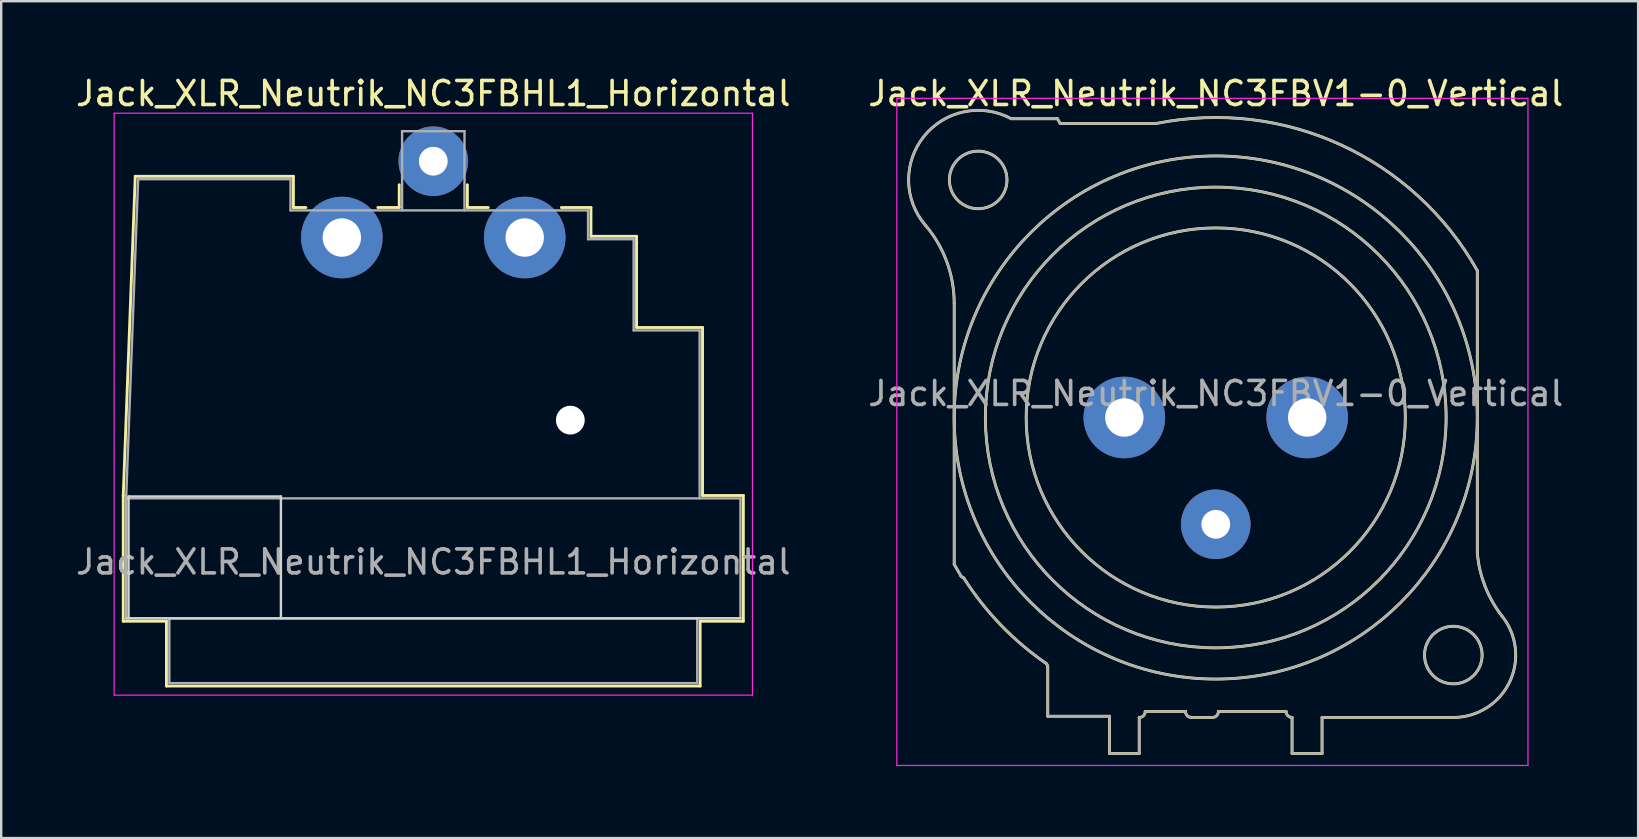
<source format=kicad_pcb>
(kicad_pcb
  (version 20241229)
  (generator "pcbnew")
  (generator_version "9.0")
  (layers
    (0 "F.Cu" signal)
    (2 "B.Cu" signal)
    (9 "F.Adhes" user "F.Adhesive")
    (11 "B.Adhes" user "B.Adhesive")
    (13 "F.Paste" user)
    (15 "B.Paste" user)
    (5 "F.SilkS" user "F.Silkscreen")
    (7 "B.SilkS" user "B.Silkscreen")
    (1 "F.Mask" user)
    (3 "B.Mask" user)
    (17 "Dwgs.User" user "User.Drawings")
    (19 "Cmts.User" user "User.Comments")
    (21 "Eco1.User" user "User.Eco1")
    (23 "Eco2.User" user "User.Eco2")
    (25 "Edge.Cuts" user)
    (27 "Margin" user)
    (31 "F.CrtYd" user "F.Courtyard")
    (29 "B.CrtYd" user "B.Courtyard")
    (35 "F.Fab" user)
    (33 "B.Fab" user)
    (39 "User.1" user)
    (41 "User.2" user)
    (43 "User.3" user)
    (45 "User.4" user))
  (footprint "Jack_XLR_Neutrik_NC3FBHL1_Horizontal"
    (layer "F.Cu")
    (at 11.196 6.848)
    (property "Reference" "Jack_XLR_Neutrik_NC3FBHL1_Horizontal" (at 3.81 -6 0) (layer "F.SilkS") (effects (font (size 1 1) (thickness 0.15))))
    (attr through_hole)
    (fp_line (start -9.11 10.75) (end -8.61 -2.55) (stroke (width 0.12) (type solid)) (layer "F.SilkS"))
    (fp_line (start -9.11 15.99) (end -9.11 10.75) (stroke (width 0.12) (type solid)) (layer "F.SilkS"))
    (fp_line (start -8.61 -2.55) (end -2.02 -2.55) (stroke (width 0.12) (type solid)) (layer "F.SilkS"))
    (fp_line (start -7.31 15.99) (end -9.11 15.99) (stroke (width 0.12) (type solid)) (layer "F.SilkS"))
    (fp_line (start -7.31 15.99) (end -7.31 18.69) (stroke (width 0.12) (type solid)) (layer "F.SilkS"))
    (fp_line (start -2.02 -2.55) (end -2.02 -1.25) (stroke (width 0.12) (type solid)) (layer "F.SilkS"))
    (fp_line (start -2.02 -1.25) (end -1.5 -1.25) (stroke (width 0.12) (type solid)) (layer "F.SilkS"))
    (fp_line (start 1.5 -1.25) (end 2.39 -1.25) (stroke (width 0.12) (type solid)) (layer "F.SilkS"))
    (fp_line (start 2.39 -1.25) (end 2.39 -2.2) (stroke (width 0.12) (type solid)) (layer "F.SilkS"))
    (fp_line (start 5.23 -1.25) (end 5.23 -2.2) (stroke (width 0.12) (type solid)) (layer "F.SilkS"))
    (fp_line (start 5.23 -1.25) (end 6.1 -1.25) (stroke (width 0.12) (type solid)) (layer "F.SilkS"))
    (fp_line (start 9.15 -1.25) (end 10.38 -1.25) (stroke (width 0.12) (type solid)) (layer "F.SilkS"))
    (fp_line (start 10.38 -0.05) (end 10.38 -1.25) (stroke (width 0.12) (type solid)) (layer "F.SilkS"))
    (fp_line (start 10.38 -0.05) (end 12.28 -0.05) (stroke (width 0.12) (type solid)) (layer "F.SilkS"))
    (fp_line (start 12.28 3.75) (end 12.28 -0.05) (stroke (width 0.12) (type solid)) (layer "F.SilkS"))
    (fp_line (start 12.28 3.75) (end 15.03 3.75) (stroke (width 0.12) (type solid)) (layer "F.SilkS"))
    (fp_line (start 14.93 15.99) (end 14.93 18.69) (stroke (width 0.12) (type solid)) (layer "F.SilkS"))
    (fp_line (start 14.93 18.69) (end -7.31 18.69) (stroke (width 0.12) (type solid)) (layer "F.SilkS"))
    (fp_line (start 15.03 10.75) (end 15.03 3.75) (stroke (width 0.12) (type solid)) (layer "F.SilkS"))
    (fp_line (start 15.03 10.75) (end 16.73 10.75) (stroke (width 0.12) (type solid)) (layer "F.SilkS"))
    (fp_line (start 16.73 15.99) (end 14.93 15.99) (stroke (width 0.12) (type solid)) (layer "F.SilkS"))
    (fp_line (start 16.73 15.99) (end 16.73 10.75) (stroke (width 0.12) (type solid)) (layer "F.SilkS"))
    (fp_line (start -8.89 10.79) (end -8.89 15.87) (stroke (width 0.1) (type solid)) (layer "Edge.Cuts"))
    (fp_line (start -2.54 10.79) (end -8.89 10.79) (stroke (width 0.1) (type solid)) (layer "Edge.Cuts"))
    (fp_line (start -2.54 15.87) (end -2.54 10.79) (stroke (width 0.1) (type solid)) (layer "Edge.Cuts"))
    (fp_line (start 16.61 15.87) (end -8.99 15.87) (stroke (width 0.1) (type solid)) (layer "Edge.Cuts"))
    (fp_line (start -9.49 19.07) (end -9.49 -5.18) (stroke (width 0.05) (type solid)) (layer "F.CrtYd"))
    (fp_line (start 17.11 -5.18) (end -9.49 -5.18) (stroke (width 0.05) (type solid)) (layer "F.CrtYd"))
    (fp_line (start 17.11 19.07) (end -9.49 19.07) (stroke (width 0.05) (type solid)) (layer "F.CrtYd"))
    (fp_line (start 17.11 19.07) (end 17.11 -5.18) (stroke (width 0.05) (type solid)) (layer "F.CrtYd"))
    (fp_line (start -8.99 10.87) (end 16.61 10.87) (stroke (width 0.1) (type solid)) (layer "F.Fab"))
    (fp_line (start -8.99 15.87) (end -8.99 10.87) (stroke (width 0.1) (type solid)) (layer "F.Fab"))
    (fp_line (start -8.49 -2.43) (end -8.99 10.87) (stroke (width 0.1) (type solid)) (layer "F.Fab"))
    (fp_line (start -8.49 -2.43) (end -2.14 -2.43) (stroke (width 0.1) (type solid)) (layer "F.Fab"))
    (fp_line (start -7.19 18.57) (end -7.19 15.87) (stroke (width 0.1) (type solid)) (layer "F.Fab"))
    (fp_line (start -2.14 -1.13) (end -2.14 -2.43) (stroke (width 0.1) (type solid)) (layer "F.Fab"))
    (fp_line (start -2.14 -1.13) (end 10.26 -1.13) (stroke (width 0.1) (type solid)) (layer "F.Fab"))
    (fp_line (start 2.51 -4.43) (end 2.51 -1.13) (stroke (width 0.1) (type solid)) (layer "F.Fab"))
    (fp_line (start 2.51 -4.43) (end 5.11 -4.43) (stroke (width 0.1) (type solid)) (layer "F.Fab"))
    (fp_line (start 5.11 -4.43) (end 5.11 -1.13) (stroke (width 0.1) (type solid)) (layer "F.Fab"))
    (fp_line (start 10.26 -1.13) (end 10.26 0.07) (stroke (width 0.1) (type solid)) (layer "F.Fab"))
    (fp_line (start 10.26 0.07) (end 12.16 0.07) (stroke (width 0.1) (type solid)) (layer "F.Fab"))
    (fp_line (start 12.16 0.07) (end 12.16 3.87) (stroke (width 0.1) (type solid)) (layer "F.Fab"))
    (fp_line (start 12.16 3.87) (end 14.91 3.87) (stroke (width 0.1) (type solid)) (layer "F.Fab"))
    (fp_line (start 14.81 15.87) (end 14.81 18.57) (stroke (width 0.1) (type solid)) (layer "F.Fab"))
    (fp_line (start 14.81 18.57) (end -7.19 18.57) (stroke (width 0.1) (type solid)) (layer "F.Fab"))
    (fp_line (start 14.91 3.87) (end 14.91 10.87) (stroke (width 0.1) (type solid)) (layer "F.Fab"))
    (fp_line (start 16.61 10.87) (end 16.61 15.87) (stroke (width 0.1) (type solid)) (layer "F.Fab"))
    (fp_line (start 16.61 15.87) (end -8.99 15.87) (stroke (width 0.1) (type solid)) (layer "F.Fab"))
    (fp_text user "${REFERENCE}" (at 3.81 13.52 0) (layer "F.Fab") (effects (font (size 1 1) (thickness 0.15))))
    (pad "" np_thru_hole circle (at 9.52 7.61) (size 1.2 1.2) (drill 1.2) (layers "*.Cu" "*.Mask"))
    (pad "1" thru_hole circle (at 0 0) (size 3.4 3.4) (drill 1.6) (layers "*.Cu" "*.Mask"))
    (pad "2" thru_hole circle (at 3.81 -3.18) (size 2.9 2.9) (drill 1.2) (layers "*.Cu" "*.Mask"))
    (pad "3" thru_hole circle (at 7.62 0) (size 3.4 3.4) (drill 1.6) (layers "*.Cu" "*.Mask")))
  (footprint "Jack_XLR_Neutrik_NC3FBV1-0_Vertical"
    (layer "F.Cu")
    (at 51.423 14.348)
    (property "Reference" "Jack_XLR_Neutrik_NC3FBV1-0_Vertical" (at -3.81 -13.5 0) (layer "F.SilkS") (effects (font (size 1 1) (thickness 0.15))))
    (attr through_hole)
    (fp_line (start -14.71 -4.76) (end -14.71 6.12) (stroke (width 0.12) (type solid)) (layer "F.SilkS"))
    (fp_line (start -14.71 6.12) (end -14.43 6.6) (stroke (width 0.12) (type solid)) (layer "F.SilkS"))
    (fp_line (start -10.81 10.39) (end -10.81 12.45) (stroke (width 0.12) (type solid)) (layer "F.SilkS"))
    (fp_line (start -10.81 12.45) (end -8.24 12.45) (stroke (width 0.12) (type solid)) (layer "F.SilkS"))
    (fp_line (start -10.41 -12.45) (end -12.33 -12.45) (stroke (width 0.12) (type solid)) (layer "F.SilkS"))
    (fp_line (start -10.29 -12.25) (end -10.41 -12.45) (stroke (width 0.12) (type solid)) (layer "F.SilkS"))
    (fp_line (start -8.24 12.45) (end -8.24 14) (stroke (width 0.12) (type solid)) (layer "F.SilkS"))
    (fp_line (start -7 14) (end -8.24 14) (stroke (width 0.12) (type solid)) (layer "F.SilkS"))
    (fp_line (start -7 14) (end -7 12.5) (stroke (width 0.12) (type solid)) (layer "F.SilkS"))
    (fp_line (start -6.75 12.25) (end -5.07 12.25) (stroke (width 0.12) (type solid)) (layer "F.SilkS"))
    (fp_line (start -6.3 -12.25) (end -10.29 -12.25) (stroke (width 0.12) (type solid)) (layer "F.SilkS"))
    (fp_line (start -4.82 12.5) (end -3.95 12.5) (stroke (width 0.12) (type solid)) (layer "F.SilkS"))
    (fp_line (start -3.7 12.25) (end -0.88 12.25) (stroke (width 0.12) (type solid)) (layer "F.SilkS"))
    (fp_line (start -0.63 12.5) (end -0.63 14) (stroke (width 0.12) (type solid)) (layer "F.SilkS"))
    (fp_line (start 0.62 12.5) (end 6.09 12.5) (stroke (width 0.12) (type solid)) (layer "F.SilkS"))
    (fp_line (start 0.62 14) (end -0.63 14) (stroke (width 0.12) (type solid)) (layer "F.SilkS"))
    (fp_line (start 0.62 14) (end 0.62 12.5) (stroke (width 0.12) (type solid)) (layer "F.SilkS"))
    (fp_line (start 7.09 5.67) (end 7.09 -6.12) (stroke (width 0.12) (type solid)) (layer "F.SilkS"))
    (fp_arc (start -15.916051 -8.020379) (mid -15.021177 -6.498148) (end -14.71 -4.76) (stroke (width 0.12) (type solid)) (layer "F.SilkS"))
    (fp_arc (start -15.908884 -8.010077) (mid -15.967404 -11.719623) (end -12.33 -12.45) (stroke (width 0.12) (type solid)) (layer "F.SilkS"))
    (fp_arc (start -14.313753 6.685219) (mid -14.379716 6.653303) (end -14.43 6.6) (stroke (width 0.12) (type solid)) (layer "F.SilkS"))
    (fp_arc (start -10.879208 10.248532) (mid -12.772983 8.641241) (end -14.31 6.69) (stroke (width 0.12) (type solid)) (layer "F.SilkS"))
    (fp_arc (start -10.874359 10.252686) (mid -10.828679 10.315015) (end -10.81 10.39) (stroke (width 0.12) (type solid)) (layer "F.SilkS"))
    (fp_arc (start -6.75 12.25) (mid -6.823223 12.426777) (end -7 12.5) (stroke (width 0.12) (type solid)) (layer "F.SilkS"))
    (fp_arc (start -6.283571 -12.253402) (mid 1.401126 -11.362596) (end 7.09 -6.12) (stroke (width 0.12) (type solid)) (layer "F.SilkS"))
    (fp_arc (start -4.82 12.5) (mid -4.996777 12.426777) (end -5.07 12.25) (stroke (width 0.12) (type solid)) (layer "F.SilkS"))
    (fp_arc (start -3.7 12.25) (mid -3.773223 12.426777) (end -3.95 12.5) (stroke (width 0.12) (type solid)) (layer "F.SilkS"))
    (fp_arc (start -0.63 12.5) (mid -0.806777 12.426777) (end -0.88 12.25) (stroke (width 0.12) (type solid)) (layer "F.SilkS"))
    (fp_arc (start 8.110579 8.263767) (mid 8.436721 11.019329) (end 6.09 12.5) (stroke (width 0.12) (type solid)) (layer "F.SilkS"))
    (fp_arc (start 8.111727 8.266808) (mid 7.416073 7.041111) (end 7.09 5.67) (stroke (width 0.12) (type solid)) (layer "F.SilkS"))
    (fp_circle (center -13.71 -9.9) (end -12.51 -9.9) (stroke (width 0.12) (type solid)) (fill no) (layer "F.SilkS"))
    (fp_circle (center -3.81 0) (end 4.09 0) (stroke (width 0.12) (type solid)) (fill no) (layer "F.SilkS"))
    (fp_circle (center -3.81 0) (end 5.79 0) (stroke (width 0.12) (type solid)) (fill no) (layer "F.SilkS"))
    (fp_circle (center -3.81 0) (end 7.09 0) (stroke (width 0.12) (type solid)) (fill no) (layer "F.SilkS"))
    (fp_circle (center 6.09 9.9) (end 7.29 9.9) (stroke (width 0.12) (type solid)) (fill no) (layer "F.SilkS"))
    (fp_line (start -17.1 -13.3) (end 9.2 -13.3) (stroke (width 0.05) (type solid)) (layer "F.CrtYd"))
    (fp_line (start -17.1 14.5) (end -17.1 -13.3) (stroke (width 0.05) (type solid)) (layer "F.CrtYd"))
    (fp_line (start 9.2 -13.3) (end 9.2 14.5) (stroke (width 0.05) (type solid)) (layer "F.CrtYd"))
    (fp_line (start 9.2 14.5) (end -17.1 14.5) (stroke (width 0.05) (type solid)) (layer "F.CrtYd"))
    (fp_line (start -14.71 -4.76) (end -14.71 6.12) (stroke (width 0.1) (type solid)) (layer "F.Fab"))
    (fp_line (start -14.71 6.12) (end -14.43 6.6) (stroke (width 0.1) (type solid)) (layer "F.Fab"))
    (fp_line (start -10.81 10.39) (end -10.81 12.45) (stroke (width 0.1) (type solid)) (layer "F.Fab"))
    (fp_line (start -10.81 12.45) (end -8.24 12.45) (stroke (width 0.1) (type solid)) (layer "F.Fab"))
    (fp_line (start -10.41 -12.45) (end -12.33 -12.45) (stroke (width 0.1) (type solid)) (layer "F.Fab"))
    (fp_line (start -10.29 -12.25) (end -10.41 -12.45) (stroke (width 0.1) (type solid)) (layer "F.Fab"))
    (fp_line (start -8.24 12.45) (end -8.24 14) (stroke (width 0.1) (type solid)) (layer "F.Fab"))
    (fp_line (start -7 14) (end -8.24 14) (stroke (width 0.1) (type solid)) (layer "F.Fab"))
    (fp_line (start -7 14) (end -7 12.5) (stroke (width 0.1) (type solid)) (layer "F.Fab"))
    (fp_line (start -6.75 12.25) (end -5.07 12.25) (stroke (width 0.1) (type solid)) (layer "F.Fab"))
    (fp_line (start -6.3 -12.25) (end -10.29 -12.25) (stroke (width 0.1) (type solid)) (layer "F.Fab"))
    (fp_line (start -4.82 12.5) (end -3.95 12.5) (stroke (width 0.1) (type solid)) (layer "F.Fab"))
    (fp_line (start -3.7 12.25) (end -0.88 12.25) (stroke (width 0.1) (type solid)) (layer "F.Fab"))
    (fp_line (start -0.63 12.5) (end -0.63 14) (stroke (width 0.1) (type solid)) (layer "F.Fab"))
    (fp_line (start 0.62 12.5) (end 6.09 12.5) (stroke (width 0.1) (type solid)) (layer "F.Fab"))
    (fp_line (start 0.62 14) (end -0.63 14) (stroke (width 0.1) (type solid)) (layer "F.Fab"))
    (fp_line (start 0.62 14) (end 0.62 12.5) (stroke (width 0.1) (type solid)) (layer "F.Fab"))
    (fp_line (start 7.09 5.67) (end 7.09 -6.12) (stroke (width 0.1) (type solid)) (layer "F.Fab"))
    (fp_arc (start -15.916051 -8.020379) (mid -15.021177 -6.498148) (end -14.71 -4.76) (stroke (width 0.1) (type solid)) (layer "F.Fab"))
    (fp_arc (start -15.908884 -8.010077) (mid -15.967404 -11.719623) (end -12.33 -12.45) (stroke (width 0.1) (type solid)) (layer "F.Fab"))
    (fp_arc (start -14.313753 6.685219) (mid -14.379716 6.653303) (end -14.43 6.6) (stroke (width 0.1) (type solid)) (layer "F.Fab"))
    (fp_arc (start -10.879208 10.248532) (mid -12.772983 8.641241) (end -14.31 6.69) (stroke (width 0.1) (type solid)) (layer "F.Fab"))
    (fp_arc (start -10.874359 10.252686) (mid -10.828679 10.315015) (end -10.81 10.39) (stroke (width 0.1) (type solid)) (layer "F.Fab"))
    (fp_arc (start -6.75 12.25) (mid -6.823223 12.426777) (end -7 12.5) (stroke (width 0.1) (type solid)) (layer "F.Fab"))
    (fp_arc (start -6.283571 -12.253402) (mid 1.401126 -11.362596) (end 7.09 -6.12) (stroke (width 0.1) (type solid)) (layer "F.Fab"))
    (fp_arc (start -4.82 12.5) (mid -4.996777 12.426777) (end -5.07 12.25) (stroke (width 0.1) (type solid)) (layer "F.Fab"))
    (fp_arc (start -3.7 12.25) (mid -3.773223 12.426777) (end -3.95 12.5) (stroke (width 0.1) (type solid)) (layer "F.Fab"))
    (fp_arc (start -0.63 12.5) (mid -0.806777 12.426777) (end -0.88 12.25) (stroke (width 0.1) (type solid)) (layer "F.Fab"))
    (fp_arc (start 8.110579 8.263767) (mid 8.436721 11.019329) (end 6.09 12.5) (stroke (width 0.1) (type solid)) (layer "F.Fab"))
    (fp_arc (start 8.111727 8.266808) (mid 7.416073 7.041111) (end 7.09 5.67) (stroke (width 0.1) (type solid)) (layer "F.Fab"))
    (fp_circle (center -13.71 -9.9) (end -12.51 -9.9) (stroke (width 0.1) (type solid)) (fill no) (layer "F.Fab"))
    (fp_circle (center -3.81 0) (end 4.09 0) (stroke (width 0.1) (type solid)) (fill no) (layer "F.Fab"))
    (fp_circle (center -3.81 0) (end 5.79 0) (stroke (width 0.1) (type solid)) (fill no) (layer "F.Fab"))
    (fp_circle (center -3.81 0) (end 7.09 0) (stroke (width 0.1) (type solid)) (fill no) (layer "F.Fab"))
    (fp_circle (center 6.09 9.9) (end 7.29 9.9) (stroke (width 0.1) (type solid)) (fill no) (layer "F.Fab"))
    (fp_text user "${REFERENCE}" (at -3.81 -1 0) (layer "F.Fab") (effects (font (size 1 1) (thickness 0.15))))
    (pad "1" thru_hole circle (at 0 0) (size 3.4 3.4) (drill 1.6) (layers "*.Cu" "*.Mask"))
    (pad "2" thru_hole circle (at -7.62 0) (size 3.4 3.4) (drill 1.6) (layers "*.Cu" "*.Mask"))
    (pad "3" thru_hole circle (at -3.81 4.45) (size 2.9 2.9) (drill 1.2) (layers "*.Cu" "*.Mask")))
  (gr_rect
    (start -3 -3)
    (end 65.214 31.873)
    (stroke (width 0.1) (type default))
    (fill no)
    (layer "Edge.Cuts")))
</source>
